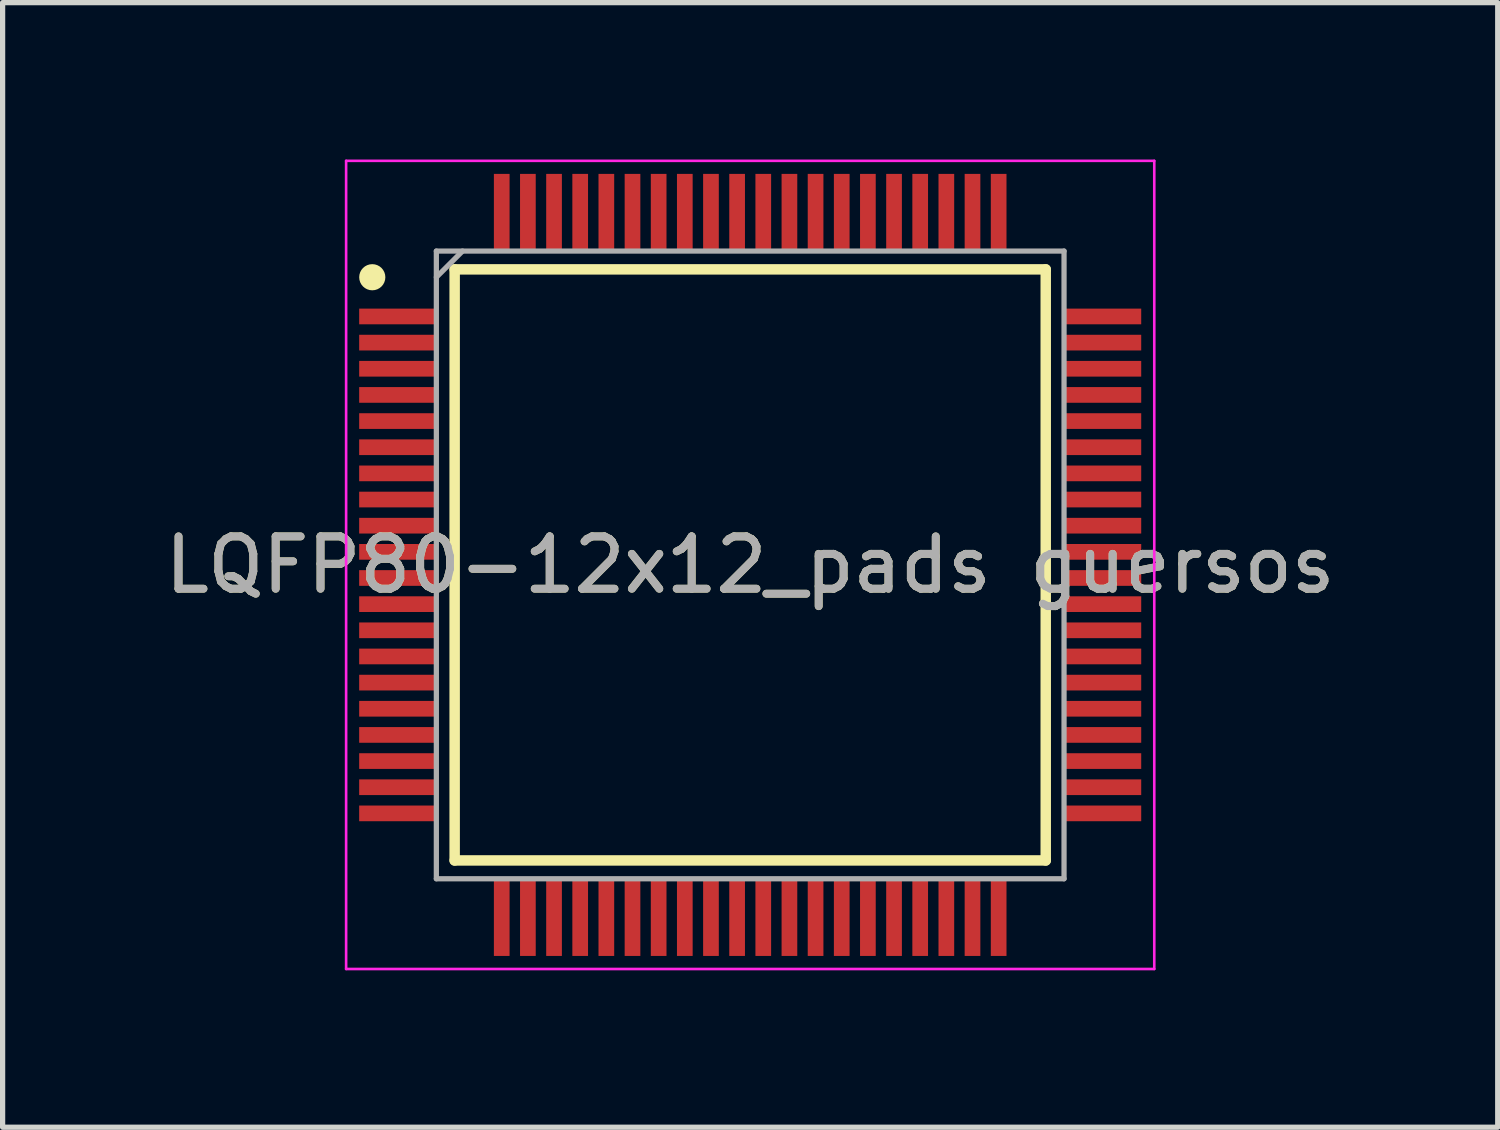
<source format=kicad_pcb>
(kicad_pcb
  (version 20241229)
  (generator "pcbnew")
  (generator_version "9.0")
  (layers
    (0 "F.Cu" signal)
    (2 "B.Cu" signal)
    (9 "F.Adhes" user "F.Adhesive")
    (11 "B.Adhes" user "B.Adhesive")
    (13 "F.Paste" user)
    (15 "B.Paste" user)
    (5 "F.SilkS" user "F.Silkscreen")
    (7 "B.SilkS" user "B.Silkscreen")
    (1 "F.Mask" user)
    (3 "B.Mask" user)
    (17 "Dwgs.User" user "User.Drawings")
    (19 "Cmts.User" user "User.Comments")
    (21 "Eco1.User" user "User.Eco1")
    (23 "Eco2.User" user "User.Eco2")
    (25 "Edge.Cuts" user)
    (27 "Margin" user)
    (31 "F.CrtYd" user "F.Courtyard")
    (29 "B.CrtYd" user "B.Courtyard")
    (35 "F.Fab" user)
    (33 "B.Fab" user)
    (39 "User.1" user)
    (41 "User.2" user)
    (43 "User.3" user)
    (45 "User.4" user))
  (footprint "LQFP80-12x12_pads guersos"
    (layer "F.Cu")
    (at 11.292 7.75)
    (property "Reference" "LQFP80-12x12_pads guersos" (at 0 0 0) (layer "F.SilkS") (effects (font (size 1 1) (thickness 0.15))))
    (attr smd)
    (fp_line (start -5.65 -5.65) (end 5.65 -5.65) (stroke (width 0.2) (type solid)) (layer "F.SilkS"))
    (fp_line (start -5.65 5.65) (end -5.65 -5.65) (stroke (width 0.2) (type solid)) (layer "F.SilkS"))
    (fp_line (start 5.65 -5.65) (end 5.65 5.65) (stroke (width 0.2) (type solid)) (layer "F.SilkS"))
    (fp_line (start 5.65 5.65) (end -5.65 5.65) (stroke (width 0.2) (type solid)) (layer "F.SilkS"))
    (fp_circle (center -7.225 -5.5) (end -7.225 -5.375) (stroke (width 0.25) (type solid)) (fill no) (layer "F.SilkS"))
    (fp_line (start -7.725 -7.725) (end 7.725 -7.725) (stroke (width 0.05) (type solid)) (layer "F.CrtYd"))
    (fp_line (start -7.725 7.725) (end -7.725 -7.725) (stroke (width 0.05) (type solid)) (layer "F.CrtYd"))
    (fp_line (start 7.725 -7.725) (end 7.725 7.725) (stroke (width 0.05) (type solid)) (layer "F.CrtYd"))
    (fp_line (start 7.725 7.725) (end -7.725 7.725) (stroke (width 0.05) (type solid)) (layer "F.CrtYd"))
    (fp_line (start -6 -6) (end 6 -6) (stroke (width 0.1) (type solid)) (layer "F.Fab"))
    (fp_line (start -6 -5.5) (end -5.5 -6) (stroke (width 0.1) (type solid)) (layer "F.Fab"))
    (fp_line (start -6 6) (end -6 -6) (stroke (width 0.1) (type solid)) (layer "F.Fab"))
    (fp_line (start 6 -6) (end 6 6) (stroke (width 0.1) (type solid)) (layer "F.Fab"))
    (fp_line (start 6 6) (end -6 6) (stroke (width 0.1) (type solid)) (layer "F.Fab"))
    (fp_text user "${REFERENCE}" (at 0 0 0) (layer "F.Fab") (effects (font (size 1 1) (thickness 0.15))))
    (pad "1" smd rect (at -6.738 -4.75 90) (size 0.3 1.475) (layers "F.Cu" "F.Mask" "F.Paste"))
    (pad "2" smd rect (at -6.738 -4.25 90) (size 0.3 1.475) (layers "F.Cu" "F.Mask" "F.Paste"))
    (pad "3" smd rect (at -6.738 -3.75 90) (size 0.3 1.475) (layers "F.Cu" "F.Mask" "F.Paste"))
    (pad "4" smd rect (at -6.738 -3.25 90) (size 0.3 1.475) (layers "F.Cu" "F.Mask" "F.Paste"))
    (pad "5" smd rect (at -6.738 -2.75 90) (size 0.3 1.475) (layers "F.Cu" "F.Mask" "F.Paste"))
    (pad "6" smd rect (at -6.738 -2.25 90) (size 0.3 1.475) (layers "F.Cu" "F.Mask" "F.Paste"))
    (pad "7" smd rect (at -6.738 -1.75 90) (size 0.3 1.475) (layers "F.Cu" "F.Mask" "F.Paste"))
    (pad "8" smd rect (at -6.738 -1.25 90) (size 0.3 1.475) (layers "F.Cu" "F.Mask" "F.Paste"))
    (pad "9" smd rect (at -6.738 -0.75 90) (size 0.3 1.475) (layers "F.Cu" "F.Mask" "F.Paste"))
    (pad "10" smd rect (at -6.738 -0.25 90) (size 0.3 1.475) (layers "F.Cu" "F.Mask" "F.Paste"))
    (pad "11" smd rect (at -6.738 0.25 90) (size 0.3 1.475) (layers "F.Cu" "F.Mask" "F.Paste"))
    (pad "12" smd rect (at -6.738 0.75 90) (size 0.3 1.475) (layers "F.Cu" "F.Mask" "F.Paste"))
    (pad "13" smd rect (at -6.738 1.25 90) (size 0.3 1.475) (layers "F.Cu" "F.Mask" "F.Paste"))
    (pad "14" smd rect (at -6.738 1.75 90) (size 0.3 1.475) (layers "F.Cu" "F.Mask" "F.Paste"))
    (pad "15" smd rect (at -6.738 2.25 90) (size 0.3 1.475) (layers "F.Cu" "F.Mask" "F.Paste"))
    (pad "16" smd rect (at -6.738 2.75 90) (size 0.3 1.475) (layers "F.Cu" "F.Mask" "F.Paste"))
    (pad "17" smd rect (at -6.738 3.25 90) (size 0.3 1.475) (layers "F.Cu" "F.Mask" "F.Paste"))
    (pad "18" smd rect (at -6.738 3.75 90) (size 0.3 1.475) (layers "F.Cu" "F.Mask" "F.Paste"))
    (pad "19" smd rect (at -6.738 4.25 90) (size 0.3 1.475) (layers "F.Cu" "F.Mask" "F.Paste"))
    (pad "20" smd rect (at -6.738 4.75 90) (size 0.3 1.475) (layers "F.Cu" "F.Mask" "F.Paste"))
    (pad "21" smd rect (at -4.75 6.738) (size 0.3 1.475) (layers "F.Cu" "F.Mask" "F.Paste"))
    (pad "22" smd rect (at -4.25 6.738) (size 0.3 1.475) (layers "F.Cu" "F.Mask" "F.Paste"))
    (pad "23" smd rect (at -3.75 6.738) (size 0.3 1.475) (layers "F.Cu" "F.Mask" "F.Paste"))
    (pad "24" smd rect (at -3.25 6.738) (size 0.3 1.475) (layers "F.Cu" "F.Mask" "F.Paste"))
    (pad "25" smd rect (at -2.75 6.738) (size 0.3 1.475) (layers "F.Cu" "F.Mask" "F.Paste"))
    (pad "26" smd rect (at -2.25 6.738) (size 0.3 1.475) (layers "F.Cu" "F.Mask" "F.Paste"))
    (pad "27" smd rect (at -1.75 6.738) (size 0.3 1.475) (layers "F.Cu" "F.Mask" "F.Paste"))
    (pad "28" smd rect (at -1.25 6.738) (size 0.3 1.475) (layers "F.Cu" "F.Mask" "F.Paste"))
    (pad "29" smd rect (at -0.75 6.738) (size 0.3 1.475) (layers "F.Cu" "F.Mask" "F.Paste"))
    (pad "30" smd rect (at -0.25 6.738) (size 0.3 1.475) (layers "F.Cu" "F.Mask" "F.Paste"))
    (pad "31" smd rect (at 0.25 6.738) (size 0.3 1.475) (layers "F.Cu" "F.Mask" "F.Paste"))
    (pad "32" smd rect (at 0.75 6.738) (size 0.3 1.475) (layers "F.Cu" "F.Mask" "F.Paste"))
    (pad "33" smd rect (at 1.25 6.738) (size 0.3 1.475) (layers "F.Cu" "F.Mask" "F.Paste"))
    (pad "34" smd rect (at 1.75 6.738) (size 0.3 1.475) (layers "F.Cu" "F.Mask" "F.Paste"))
    (pad "35" smd rect (at 2.25 6.738) (size 0.3 1.475) (layers "F.Cu" "F.Mask" "F.Paste"))
    (pad "36" smd rect (at 2.75 6.738) (size 0.3 1.475) (layers "F.Cu" "F.Mask" "F.Paste"))
    (pad "37" smd rect (at 3.25 6.738) (size 0.3 1.475) (layers "F.Cu" "F.Mask" "F.Paste"))
    (pad "38" smd rect (at 3.75 6.738) (size 0.3 1.475) (layers "F.Cu" "F.Mask" "F.Paste"))
    (pad "39" smd rect (at 4.25 6.738) (size 0.3 1.475) (layers "F.Cu" "F.Mask" "F.Paste"))
    (pad "40" smd rect (at 4.75 6.738) (size 0.3 1.475) (layers "F.Cu" "F.Mask" "F.Paste"))
    (pad "41" smd rect (at 6.738 4.75 90) (size 0.3 1.475) (layers "F.Cu" "F.Mask" "F.Paste"))
    (pad "42" smd rect (at 6.738 4.25 90) (size 0.3 1.475) (layers "F.Cu" "F.Mask" "F.Paste"))
    (pad "43" smd rect (at 6.738 3.75 90) (size 0.3 1.475) (layers "F.Cu" "F.Mask" "F.Paste"))
    (pad "44" smd rect (at 6.738 3.25 90) (size 0.3 1.475) (layers "F.Cu" "F.Mask" "F.Paste"))
    (pad "45" smd rect (at 6.738 2.75 90) (size 0.3 1.475) (layers "F.Cu" "F.Mask" "F.Paste"))
    (pad "46" smd rect (at 6.738 2.25 90) (size 0.3 1.475) (layers "F.Cu" "F.Mask" "F.Paste"))
    (pad "47" smd rect (at 6.738 1.75 90) (size 0.3 1.475) (layers "F.Cu" "F.Mask" "F.Paste"))
    (pad "48" smd rect (at 6.738 1.25 90) (size 0.3 1.475) (layers "F.Cu" "F.Mask" "F.Paste"))
    (pad "49" smd rect (at 6.738 0.75 90) (size 0.3 1.475) (layers "F.Cu" "F.Mask" "F.Paste"))
    (pad "50" smd rect (at 6.738 0.25 90) (size 0.3 1.475) (layers "F.Cu" "F.Mask" "F.Paste"))
    (pad "51" smd rect (at 6.738 -0.25 90) (size 0.3 1.475) (layers "F.Cu" "F.Mask" "F.Paste"))
    (pad "52" smd rect (at 6.738 -0.75 90) (size 0.3 1.475) (layers "F.Cu" "F.Mask" "F.Paste"))
    (pad "53" smd rect (at 6.738 -1.25 90) (size 0.3 1.475) (layers "F.Cu" "F.Mask" "F.Paste"))
    (pad "54" smd rect (at 6.738 -1.75 90) (size 0.3 1.475) (layers "F.Cu" "F.Mask" "F.Paste"))
    (pad "55" smd rect (at 6.738 -2.25 90) (size 0.3 1.475) (layers "F.Cu" "F.Mask" "F.Paste"))
    (pad "56" smd rect (at 6.738 -2.75 90) (size 0.3 1.475) (layers "F.Cu" "F.Mask" "F.Paste"))
    (pad "57" smd rect (at 6.738 -3.25 90) (size 0.3 1.475) (layers "F.Cu" "F.Mask" "F.Paste"))
    (pad "58" smd rect (at 6.738 -3.75 90) (size 0.3 1.475) (layers "F.Cu" "F.Mask" "F.Paste"))
    (pad "59" smd rect (at 6.738 -4.25 90) (size 0.3 1.475) (layers "F.Cu" "F.Mask" "F.Paste"))
    (pad "60" smd rect (at 6.738 -4.75 90) (size 0.3 1.475) (layers "F.Cu" "F.Mask" "F.Paste"))
    (pad "61" smd rect (at 4.75 -6.738) (size 0.3 1.475) (layers "F.Cu" "F.Mask" "F.Paste"))
    (pad "62" smd rect (at 4.25 -6.738) (size 0.3 1.475) (layers "F.Cu" "F.Mask" "F.Paste"))
    (pad "63" smd rect (at 3.75 -6.738) (size 0.3 1.475) (layers "F.Cu" "F.Mask" "F.Paste"))
    (pad "64" smd rect (at 3.25 -6.738) (size 0.3 1.475) (layers "F.Cu" "F.Mask" "F.Paste"))
    (pad "65" smd rect (at 2.75 -6.738) (size 0.3 1.475) (layers "F.Cu" "F.Mask" "F.Paste"))
    (pad "66" smd rect (at 2.25 -6.738) (size 0.3 1.475) (layers "F.Cu" "F.Mask" "F.Paste"))
    (pad "67" smd rect (at 1.75 -6.738) (size 0.3 1.475) (layers "F.Cu" "F.Mask" "F.Paste"))
    (pad "68" smd rect (at 1.25 -6.738) (size 0.3 1.475) (layers "F.Cu" "F.Mask" "F.Paste"))
    (pad "69" smd rect (at 0.75 -6.738) (size 0.3 1.475) (layers "F.Cu" "F.Mask" "F.Paste"))
    (pad "70" smd rect (at 0.25 -6.738) (size 0.3 1.475) (layers "F.Cu" "F.Mask" "F.Paste"))
    (pad "71" smd rect (at -0.25 -6.738) (size 0.3 1.475) (layers "F.Cu" "F.Mask" "F.Paste"))
    (pad "72" smd rect (at -0.75 -6.738) (size 0.3 1.475) (layers "F.Cu" "F.Mask" "F.Paste"))
    (pad "73" smd rect (at -1.25 -6.738) (size 0.3 1.475) (layers "F.Cu" "F.Mask" "F.Paste"))
    (pad "74" smd rect (at -1.75 -6.738) (size 0.3 1.475) (layers "F.Cu" "F.Mask" "F.Paste"))
    (pad "75" smd rect (at -2.25 -6.738) (size 0.3 1.475) (layers "F.Cu" "F.Mask" "F.Paste"))
    (pad "76" smd rect (at -2.75 -6.738) (size 0.3 1.475) (layers "F.Cu" "F.Mask" "F.Paste"))
    (pad "77" smd rect (at -3.25 -6.738) (size 0.3 1.475) (layers "F.Cu" "F.Mask" "F.Paste"))
    (pad "78" smd rect (at -3.75 -6.738) (size 0.3 1.475) (layers "F.Cu" "F.Mask" "F.Paste"))
    (pad "79" smd rect (at -4.25 -6.738) (size 0.3 1.475) (layers "F.Cu" "F.Mask" "F.Paste"))
    (pad "80" smd rect (at -4.75 -6.738) (size 0.3 1.475) (layers "F.Cu" "F.Mask" "F.Paste")))
  (gr_rect
    (start -3 -3)
    (end 25.583 18.5)
    (stroke (width 0.1) (type default))
    (fill no)
    (layer "Edge.Cuts")))
</source>
